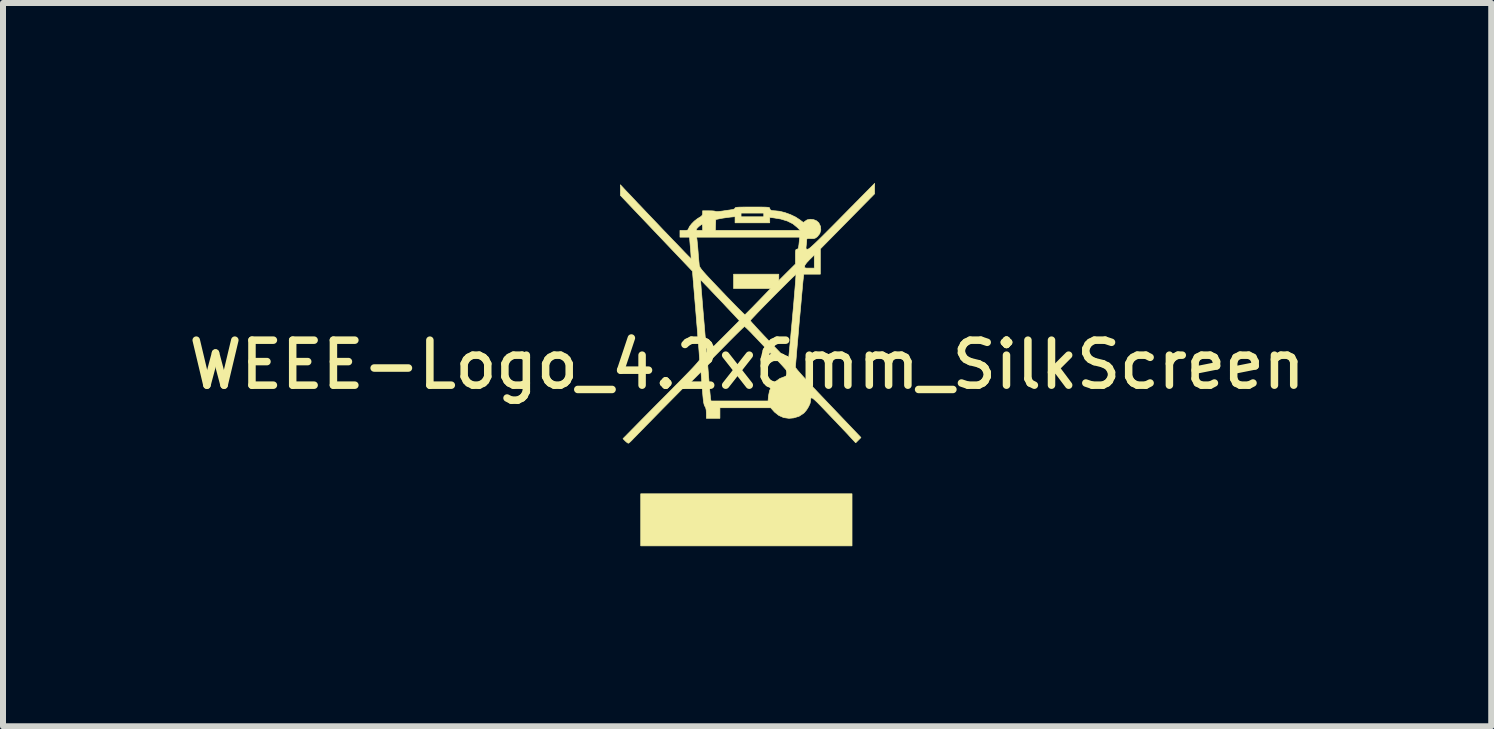
<source format=kicad_pcb>
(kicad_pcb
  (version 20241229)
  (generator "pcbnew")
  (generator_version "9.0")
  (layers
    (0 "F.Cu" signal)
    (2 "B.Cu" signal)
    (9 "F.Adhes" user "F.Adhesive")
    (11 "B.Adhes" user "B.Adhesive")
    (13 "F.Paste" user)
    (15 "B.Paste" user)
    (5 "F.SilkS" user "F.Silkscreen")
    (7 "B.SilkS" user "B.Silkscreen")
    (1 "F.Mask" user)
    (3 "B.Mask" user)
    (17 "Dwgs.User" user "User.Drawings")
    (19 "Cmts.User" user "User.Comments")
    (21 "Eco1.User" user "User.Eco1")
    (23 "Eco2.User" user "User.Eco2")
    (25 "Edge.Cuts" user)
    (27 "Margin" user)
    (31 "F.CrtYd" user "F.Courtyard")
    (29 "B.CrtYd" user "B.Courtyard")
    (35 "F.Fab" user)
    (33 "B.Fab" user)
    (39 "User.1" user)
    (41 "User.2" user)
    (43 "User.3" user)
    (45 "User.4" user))
  (footprint "WEEE-Logo_4.2x6mm_SilkScreen"
    (layer "F.Cu")
    (at 9.398 3.027)
    (property "Reference" "WEEE-Logo_4.2x6mm_SilkScreen" (at 0 0 0) (layer "F.SilkS") (effects (font (size 0.75 0.75) (thickness 0.125))))
    (attr exclude_from_pos_files exclude_from_bom allow_missing_courtyard)
    (fp_poly (pts (xy 1.748 3.018) (xy -1.773 3.018) (xy -1.773 2.15) (xy 1.748 2.15) (xy 1.748 3.018)) (stroke (width 0.01) (type solid)) (fill yes) (layer "F.SilkS"))
    (fp_poly (pts (xy 2.124 -2.935) (xy 2.124 -2.848) (xy 1.672 -2.389) (xy 1.22 -1.93) (xy 1.22 -1.72) (xy 1.22 -1.509) (xy 0.945 -1.509) (xy 0.938 -1.455) (xy 0.935 -1.431) (xy 0.93 -1.385) (xy 0.924 -1.321) (xy 0.917 -1.24) (xy 0.908 -1.146) (xy 0.899 -1.041) (xy 0.889 -0.929) (xy 0.878 -0.811) (xy 0.867 -0.692) (xy 0.857 -0.572) (xy 0.847 -0.456) (xy 0.837 -0.345) (xy 0.828 -0.243) (xy 0.821 -0.153) (xy 0.814 -0.076) (xy 0.809 -0.017) (xy 0.806 0.024) (xy 0.805 0.042) (xy 0.805 0.042) (xy 0.813 0.056) (xy 0.836 0.086) (xy 0.875 0.131) (xy 0.93 0.193) (xy 1.001 0.27) (xy 1.089 0.365) (xy 1.194 0.476) (xy 1.317 0.605) (xy 1.351 0.641) (xy 1.897 1.213) (xy 1.809 1.301) (xy 1.737 1.224) (xy 1.711 1.196) (xy 1.671 1.152) (xy 1.618 1.096) (xy 1.556 1.031) (xy 1.487 0.958) (xy 1.414 0.882) (xy 1.371 0.837) (xy 1.289 0.751) (xy 1.224 0.683) (xy 1.172 0.63) (xy 1.132 0.592) (xy 1.103 0.567) (xy 1.083 0.554) (xy 1.07 0.552) (xy 1.062 0.56) (xy 1.059 0.575) (xy 1.057 0.598) (xy 1.057 0.604) (xy 1.048 0.647) (xy 1.024 0.699) (xy 0.992 0.751) (xy 0.955 0.796) (xy 0.94 0.81) (xy 0.865 0.859) (xy 0.776 0.886) (xy 0.698 0.893) (xy 0.609 0.881) (xy 0.528 0.845) (xy 0.455 0.787) (xy 0.442 0.772) (xy 0.393 0.717) (xy -0.453 0.717) (xy -0.453 0.893) (xy -0.679 0.893) (xy -0.679 0.811) (xy -0.682 0.754) (xy -0.691 0.715) (xy -0.703 0.694) (xy -0.711 0.679) (xy -0.718 0.657) (xy -0.725 0.625) (xy -0.731 0.58) (xy -0.737 0.518) (xy -0.744 0.436) (xy -0.749 0.375) (xy -0.771 0.089) (xy -1.314 0.639) (xy -1.412 0.738) (xy -1.506 0.834) (xy -1.594 0.924) (xy -1.675 1.006) (xy -1.747 1.08) (xy -1.809 1.143) (xy -1.857 1.193) (xy -1.892 1.228) (xy -1.91 1.248) (xy -1.941 1.279) (xy -1.966 1.301) (xy -1.98 1.308) (xy -1.997 1.299) (xy -2.022 1.278) (xy -2.031 1.27) (xy -2.068 1.232) (xy -1.867 1.028) (xy -1.816 0.976) (xy -1.75 0.909) (xy -1.672 0.83) (xy -1.585 0.742) (xy -1.492 0.648) (xy -1.395 0.551) (xy -1.298 0.453) (xy -1.229 0.383) (xy -1.124 0.277) (xy -1.035 0.186) (xy -0.962 0.111) (xy -0.904 0.05) (xy -0.859 0.001) (xy -0.837 -0.024) (xy -0.659 -0.024) (xy -0.636 0.262) (xy -0.63 0.345) (xy -0.623 0.422) (xy -0.617 0.487) (xy -0.612 0.537) (xy -0.609 0.568) (xy -0.607 0.575) (xy -0.601 0.604) (xy 0.349 0.604) (xy 0.355 0.525) (xy 0.374 0.431) (xy 0.414 0.349) (xy 0.473 0.28) (xy 0.547 0.228) (xy 0.63 0.197) (xy 0.657 0.182) (xy 0.671 0.151) (xy 0.671 0.149) (xy 0.673 0.136) (xy 0.671 0.123) (xy 0.663 0.106) (xy 0.648 0.084) (xy 0.623 0.055) (xy 0.587 0.015) (xy 0.538 -0.038) (xy 0.473 -0.107) (xy 0.468 -0.111) (xy 0.399 -0.184) (xy 0.324 -0.263) (xy 0.251 -0.34) (xy 0.183 -0.412) (xy 0.126 -0.472) (xy 0.113 -0.485) (xy 0.065 -0.536) (xy 0.021 -0.58) (xy -0.013 -0.613) (xy -0.036 -0.633) (xy -0.044 -0.637) (xy -0.056 -0.628) (xy -0.083 -0.603) (xy -0.123 -0.564) (xy -0.175 -0.513) (xy -0.235 -0.453) (xy -0.303 -0.385) (xy -0.358 -0.329) (xy -0.659 -0.024) (xy -0.837 -0.024) (xy -0.827 -0.036) (xy -0.805 -0.062) (xy -0.794 -0.08) (xy -0.792 -0.088) (xy -0.793 -0.106) (xy -0.796 -0.147) (xy -0.8 -0.208) (xy -0.806 -0.287) (xy -0.814 -0.382) (xy -0.823 -0.49) (xy -0.832 -0.609) (xy -0.843 -0.737) (xy -0.851 -0.839) (xy -0.899 -1.415) (xy -0.776 -1.415) (xy -0.775 -1.403) (xy -0.773 -1.368) (xy -0.768 -1.313) (xy -0.763 -1.24) (xy -0.755 -1.152) (xy -0.747 -1.052) (xy -0.738 -0.941) (xy -0.729 -0.836) (xy -0.719 -0.717) (xy -0.709 -0.604) (xy -0.701 -0.501) (xy -0.693 -0.41) (xy -0.687 -0.333) (xy -0.683 -0.274) (xy -0.68 -0.235) (xy -0.679 -0.22) (xy -0.678 -0.211) (xy -0.673 -0.207) (xy -0.663 -0.211) (xy -0.646 -0.223) (xy -0.62 -0.245) (xy -0.583 -0.28) (xy -0.534 -0.328) (xy -0.471 -0.391) (xy -0.403 -0.458) (xy -0.128 -0.734) (xy -0.13 -0.736) (xy 0.053 -0.736) (xy 0.061 -0.724) (xy 0.084 -0.697) (xy 0.12 -0.658) (xy 0.166 -0.607) (xy 0.22 -0.549) (xy 0.28 -0.485) (xy 0.343 -0.419) (xy 0.407 -0.351) (xy 0.47 -0.285) (xy 0.529 -0.224) (xy 0.582 -0.169) (xy 0.626 -0.124) (xy 0.66 -0.09) (xy 0.681 -0.07) (xy 0.686 -0.066) (xy 0.688 -0.079) (xy 0.692 -0.115) (xy 0.698 -0.171) (xy 0.705 -0.246) (xy 0.714 -0.337) (xy 0.724 -0.441) (xy 0.734 -0.557) (xy 0.746 -0.683) (xy 0.755 -0.784) (xy 0.767 -0.916) (xy 0.778 -1.039) (xy 0.787 -1.153) (xy 0.796 -1.255) (xy 0.803 -1.343) (xy 0.808 -1.413) (xy 0.812 -1.465) (xy 0.814 -1.496) (xy 0.814 -1.504) (xy 0.804 -1.497) (xy 0.778 -1.474) (xy 0.74 -1.438) (xy 0.691 -1.39) (xy 0.633 -1.332) (xy 0.569 -1.268) (xy 0.5 -1.2) (xy 0.429 -1.128) (xy 0.359 -1.057) (xy 0.29 -0.987) (xy 0.227 -0.922) (xy 0.17 -0.863) (xy 0.122 -0.812) (xy 0.085 -0.773) (xy 0.061 -0.747) (xy 0.053 -0.736) (xy -0.13 -0.736) (xy -0.23 -0.844) (xy -0.283 -0.9) (xy -0.342 -0.962) (xy -0.404 -1.029) (xy -0.469 -1.097) (xy -0.533 -1.164) (xy -0.594 -1.228) (xy -0.65 -1.287) (xy -0.699 -1.337) (xy -0.737 -1.377) (xy -0.764 -1.404) (xy -0.775 -1.415) (xy -0.776 -1.415) (xy -0.899 -1.415) (xy -0.911 -1.559) (xy -1.512 -2.191) (xy -2.112 -2.822) (xy -2.112 -2.911) (xy -2.112 -2.999) (xy -2.015 -2.895) (xy -1.96 -2.838) (xy -1.896 -2.77) (xy -1.824 -2.693) (xy -1.745 -2.611) (xy -1.662 -2.523) (xy -1.576 -2.433) (xy -1.489 -2.342) (xy -1.403 -2.251) (xy -1.318 -2.163) (xy -1.238 -2.079) (xy -1.163 -2.002) (xy -1.096 -1.932) (xy -1.039 -1.872) (xy -0.992 -1.824) (xy -0.957 -1.789) (xy -0.938 -1.77) (xy -0.933 -1.766) (xy -0.933 -1.779) (xy -0.935 -1.813) (xy -0.938 -1.862) (xy -0.943 -1.923) (xy -0.945 -1.947) (xy -0.96 -2.125) (xy -0.843 -2.125) (xy -0.837 -2.097) (xy -0.834 -2.074) (xy -0.83 -2.032) (xy -0.824 -1.976) (xy -0.819 -1.91) (xy -0.817 -1.886) (xy -0.812 -1.817) (xy -0.806 -1.752) (xy -0.801 -1.698) (xy -0.798 -1.662) (xy -0.797 -1.655) (xy -0.793 -1.642) (xy -0.786 -1.626) (xy -0.773 -1.606) (xy -0.754 -1.58) (xy -0.726 -1.547) (xy -0.688 -1.504) (xy -0.638 -1.45) (xy -0.575 -1.383) (xy -0.497 -1.301) (xy -0.418 -1.218) (xy -0.34 -1.136) (xy -0.266 -1.06) (xy -0.2 -0.992) (xy -0.142 -0.933) (xy -0.095 -0.887) (xy -0.061 -0.853) (xy -0.041 -0.835) (xy -0.037 -0.833) (xy -0.026 -0.842) (xy 0.000029 -0.868) (xy 0.038 -0.906) (xy 0.087 -0.955) (xy 0.142 -1.012) (xy 0.182 -1.053) (xy 0.392 -1.27) (xy -0.226 -1.27) (xy -0.226 -1.509) (xy 0.528 -1.509) (xy 0.528 -1.402) (xy 0.666 -1.54) (xy 0.765 -1.638) (xy 0.956 -1.638) (xy 0.957 -1.623) (xy 0.967 -1.614) (xy 0.989 -1.61) (xy 1.03 -1.61) (xy 1.037 -1.61) (xy 1.119 -1.61) (xy 1.119 -1.829) (xy 1.037 -1.748) (xy 0.991 -1.699) (xy 0.964 -1.661) (xy 0.956 -1.638) (xy 0.765 -1.638) (xy 0.805 -1.678) (xy 0.805 -1.801) (xy 0.805 -1.858) (xy 0.807 -1.893) (xy 0.811 -1.913) (xy 0.818 -1.922) (xy 0.829 -1.924) (xy 0.841 -1.927) (xy 0.85 -1.937) (xy 0.857 -1.96) (xy 0.863 -1.998) (xy 0.869 -2.057) (xy 0.871 -2.078) (xy 0.875 -2.125) (xy -0.843 -2.125) (xy -0.96 -2.125) (xy -1.119 -2.125) (xy -1.119 -2.238) (xy -1.051 -2.238) (xy -1.012 -2.239) (xy -0.99 -2.245) (xy -0.987 -2.248) (xy -0.849 -2.248) (xy -0.841 -2.241) (xy -0.816 -2.238) (xy -0.799 -2.238) (xy -0.742 -2.238) (xy -0.529 -2.238) (xy 0.885 -2.238) (xy 0.837 -2.287) (xy 0.763 -2.348) (xy 0.671 -2.394) (xy 0.56 -2.428) (xy 0.45 -2.446) (xy 0.377 -2.455) (xy 0.377 -2.364) (xy -0.201 -2.364) (xy -0.201 -2.467) (xy -0.286 -2.459) (xy -0.345 -2.451) (xy -0.409 -2.442) (xy -0.446 -2.435) (xy -0.522 -2.42) (xy -0.526 -2.329) (xy -0.529 -2.238) (xy -0.742 -2.238) (xy -0.742 -2.289) (xy -0.744 -2.32) (xy -0.748 -2.338) (xy -0.749 -2.339) (xy -0.768 -2.331) (xy -0.795 -2.311) (xy -0.822 -2.287) (xy -0.841 -2.265) (xy -0.843 -2.262) (xy -0.849 -2.248) (xy -0.987 -2.248) (xy -0.98 -2.257) (xy -0.975 -2.27) (xy -0.958 -2.305) (xy -0.925 -2.347) (xy -0.882 -2.391) (xy -0.834 -2.429) (xy -0.803 -2.449) (xy -0.767 -2.471) (xy -0.749 -2.49) (xy -0.742 -2.511) (xy -0.742 -2.524) (xy -0.742 -2.527) (xy -0.101 -2.527) (xy -0.101 -2.465) (xy 0.277 -2.465) (xy 0.277 -2.527) (xy -0.101 -2.527) (xy -0.742 -2.527) (xy -0.742 -2.565) (xy -0.636 -2.565) (xy -0.587 -2.564) (xy -0.549 -2.561) (xy -0.528 -2.556) (xy -0.526 -2.555) (xy -0.513 -2.552) (xy -0.48 -2.553) (xy -0.434 -2.558) (xy -0.402 -2.562) (xy -0.345 -2.571) (xy -0.293 -2.578) (xy -0.254 -2.584) (xy -0.242 -2.586) (xy -0.212 -2.595) (xy -0.201 -2.61) (xy -0.198 -2.616) (xy -0.186 -2.62) (xy -0.163 -2.624) (xy -0.126 -2.626) (xy -0.072 -2.627) (xy 0.001 -2.628) (xy 0.088 -2.628) (xy 0.181 -2.628) (xy 0.251 -2.627) (xy 0.302 -2.626) (xy 0.337 -2.624) (xy 0.359 -2.621) (xy 0.371 -2.617) (xy 0.376 -2.611) (xy 0.377 -2.604) (xy 0.385 -2.582) (xy 0.41 -2.57) (xy 0.456 -2.565) (xy 0.464 -2.565) (xy 0.542 -2.557) (xy 0.63 -2.535) (xy 0.721 -2.502) (xy 0.807 -2.461) (xy 0.879 -2.414) (xy 0.888 -2.407) (xy 0.919 -2.383) (xy 0.937 -2.373) (xy 0.949 -2.377) (xy 0.962 -2.389) (xy 1 -2.414) (xy 1.05 -2.424) (xy 1.104 -2.419) (xy 1.153 -2.4) (xy 1.191 -2.368) (xy 1.194 -2.365) (xy 1.223 -2.305) (xy 1.228 -2.244) (xy 1.211 -2.186) (xy 1.171 -2.135) (xy 1.166 -2.131) (xy 1.138 -2.111) (xy 1.11 -2.102) (xy 1.07 -2.101) (xy 1.06 -2.102) (xy 1.021 -2.103) (xy 1.001 -2.1) (xy 0.994 -2.09) (xy 0.993 -2.081) (xy 0.992 -2.054) (xy 0.988 -2.014) (xy 0.985 -1.99) (xy 0.981 -1.952) (xy 0.983 -1.932) (xy 0.992 -1.925) (xy 1.009 -1.924) (xy 1.019 -1.927) (xy 1.036 -1.938) (xy 1.059 -1.956) (xy 1.091 -1.985) (xy 1.133 -2.024) (xy 1.186 -2.075) (xy 1.251 -2.139) (xy 1.329 -2.217) (xy 1.422 -2.31) (xy 1.531 -2.42) (xy 1.583 -2.473) (xy 2.125 -3.022) (xy 2.124 -2.935)) (stroke (width 0.01) (type solid)) (fill yes) (layer "F.SilkS")))
  (gr_rect
    (start -3 -3)
    (end 21.796 9.05)
    (stroke (width 0.1) (type default))
    (fill no)
    (layer "Edge.Cuts")))
</source>
